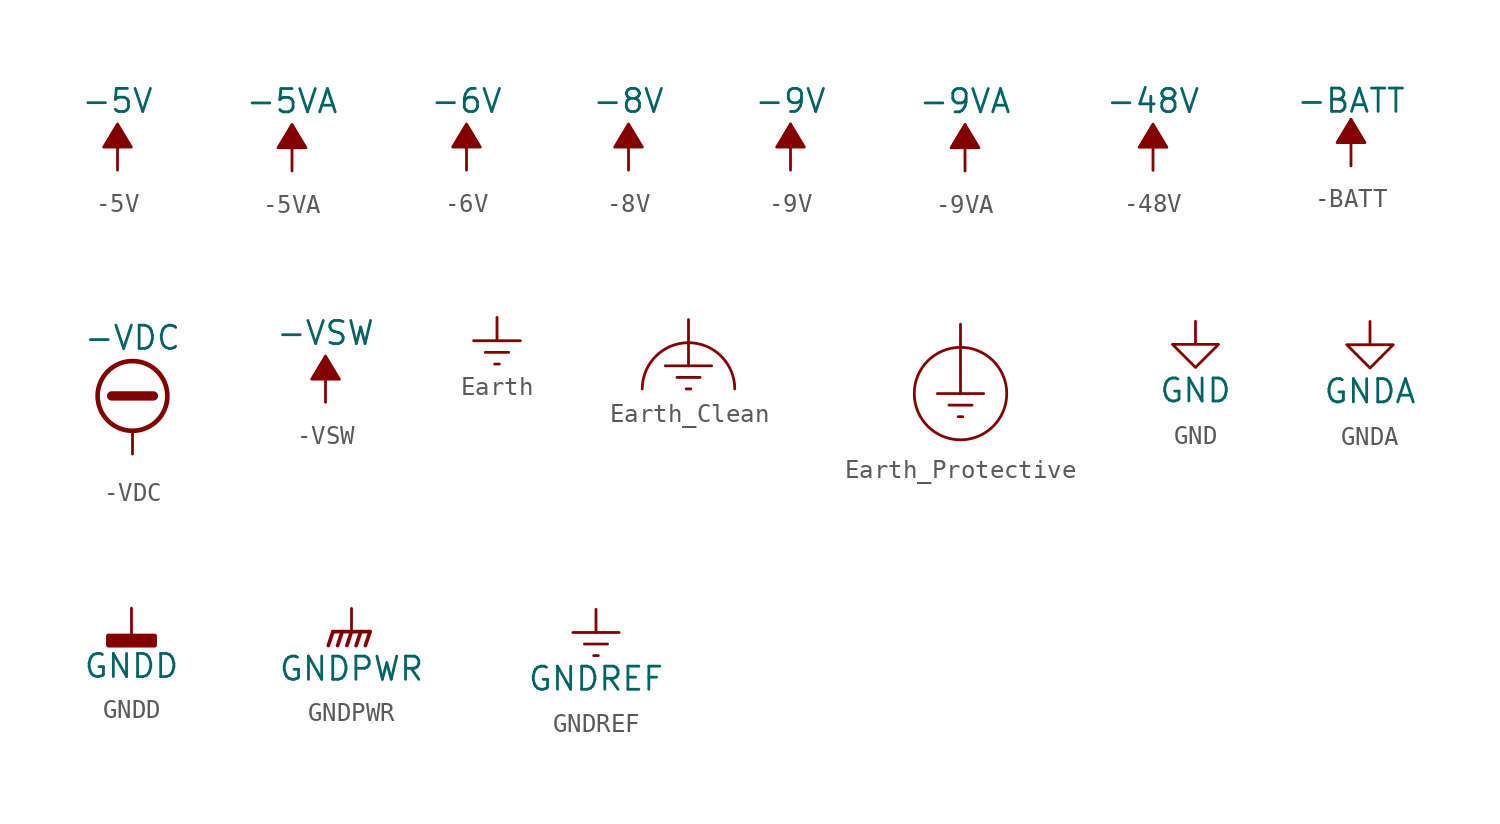
<source format=kicad_sym>
(kicad_symbol_lib
  (version 20201005)
  (generator kicad_symbol_editor)
  (symbol "-5V"
    (power)
    (pin_names
      (offset 0))
    (property "Reference" "#PWR"
      (at 0 2.54 0)
      (effects (font (size 1.27 1.27)) hide))
    (property "Value" "-5V"
      (at 0 3.81 0)
      (effects (font (size 1.27 1.27))))
    (symbol "-5V_0_0"
      (pin power_in line (at 0 0 90) (length 0) hide (name "-5V" (effects (font (size 1.27 1.27)))) (number "1" (effects (font (size 1.27 1.27))))))
    (symbol "-5V_0_1"
      (polyline (pts (xy 0 0) (xy 0 1.27) (xy 0.762 1.27) (xy 0 2.54) (xy -0.762 1.27) (xy 0 1.27)) (stroke (width 0)) (fill (type outline)))))
  (symbol "-5VA"
    (power)
    (pin_names
      (offset 0))
    (property "Reference" "#PWR"
      (at 0 2.54 0)
      (effects (font (size 1.27 1.27)) hide))
    (property "Value" "-5VA"
      (at 0 3.81 0)
      (effects (font (size 1.27 1.27))))
    (symbol "-5VA_0_0"
      (pin power_in line (at 0 0 90) (length 0) hide (name "-5VA" (effects (font (size 1.27 1.27)))) (number "1" (effects (font (size 1.27 1.27))))))
    (symbol "-5VA_0_1"
      (polyline (pts (xy 0 0) (xy 0 1.27) (xy 0.762 1.27) (xy 0 2.54) (xy -0.762 1.27) (xy 0 1.27)) (stroke (width 0)) (fill (type outline)))))
  (symbol "-6V"
    (power)
    (pin_names
      (offset 0))
    (property "Reference" "#PWR"
      (at 0 2.54 0)
      (effects (font (size 1.27 1.27)) hide))
    (property "Value" "-6V"
      (at 0 3.81 0)
      (effects (font (size 1.27 1.27))))
    (symbol "-6V_0_0"
      (pin power_in line (at 0 0 90) (length 0) hide (name "-6V" (effects (font (size 1.27 1.27)))) (number "1" (effects (font (size 1.27 1.27))))))
    (symbol "-6V_0_1"
      (polyline (pts (xy 0 0) (xy 0 1.27) (xy 0.762 1.27) (xy 0 2.54) (xy -0.762 1.27) (xy 0 1.27)) (stroke (width 0)) (fill (type outline)))))
  (symbol "-8V"
    (power)
    (pin_names
      (offset 0))
    (property "Reference" "#PWR"
      (at 0 2.54 0)
      (effects (font (size 1.27 1.27)) hide))
    (property "Value" "-8V"
      (at 0 3.81 0)
      (effects (font (size 1.27 1.27))))
    (symbol "-8V_0_0"
      (pin power_in line (at 0 0 90) (length 0) hide (name "-8V" (effects (font (size 1.27 1.27)))) (number "1" (effects (font (size 1.27 1.27))))))
    (symbol "-8V_0_1"
      (polyline (pts (xy 0 0) (xy 0 1.27) (xy 0.762 1.27) (xy 0 2.54) (xy -0.762 1.27) (xy 0 1.27)) (stroke (width 0)) (fill (type outline)))))
  (symbol "-9V"
    (power)
    (pin_names
      (offset 0))
    (property "Reference" "#PWR"
      (at 0 -3.175 0)
      (effects (font (size 1.27 1.27)) hide))
    (property "Value" "-9V"
      (at 0 3.81 0)
      (effects (font (size 1.27 1.27))))
    (symbol "-9V_0_1"
      (polyline (pts (xy 0 0) (xy 0 2.54)) (stroke (width 0)) (fill (type none)))
      (polyline (pts (xy 0.762 1.27) (xy -0.762 1.27) (xy 0 2.54) (xy 0.762 1.27)) (stroke (width 0)) (fill (type outline))))
    (symbol "-9V_1_1"
      (pin power_in line (at 0 0 90) (length 0) hide (name "-9V" (effects (font (size 1.27 1.27)))) (number "1" (effects (font (size 1.27 1.27)))))))
  (symbol "-9VA"
    (power)
    (pin_names
      (offset 0))
    (property "Reference" "#PWR"
      (at 0 -3.175 0)
      (effects (font (size 1.27 1.27)) hide))
    (property "Value" "-9VA"
      (at 0 3.81 0)
      (effects (font (size 1.27 1.27))))
    (symbol "-9VA_0_1"
      (polyline (pts (xy 0 0) (xy 0 2.54)) (stroke (width 0)) (fill (type none)))
      (polyline (pts (xy 0.762 1.27) (xy -0.762 1.27) (xy 0 2.54) (xy 0.762 1.27)) (stroke (width 0)) (fill (type outline))))
    (symbol "-9VA_1_1"
      (pin power_in line (at 0 0 90) (length 0) hide (name "-9VA" (effects (font (size 1.27 1.27)))) (number "1" (effects (font (size 1.27 1.27)))))))
  (symbol "-48V"
    (power)
    (pin_names
      (offset 0))
    (property "Reference" "#PWR"
      (at 0 2.54 0)
      (effects (font (size 1.27 1.27)) hide))
    (property "Value" "-48V"
      (at 0 3.81 0)
      (effects (font (size 1.27 1.27))))
    (symbol "-48V_0_0"
      (pin power_in line (at 0 0 90) (length 0) hide (name "-48V" (effects (font (size 1.27 1.27)))) (number "1" (effects (font (size 1.27 1.27))))))
    (symbol "-48V_0_1"
      (polyline (pts (xy 0 0) (xy 0 1.27) (xy 0.762 1.27) (xy 0 2.54) (xy -0.762 1.27) (xy 0 1.27)) (stroke (width 0)) (fill (type outline)))))
  (symbol "-BATT"
    (power)
    (pin_names
      (offset 0))
    (property "Reference" "#PWR"
      (at 0 -3.81 0)
      (effects (font (size 1.27 1.27)) hide))
    (property "Value" "-BATT"
      (at 0 3.556 0)
      (effects (font (size 1.27 1.27))))
    (symbol "-BATT_0_1"
      (polyline (pts (xy 0 0) (xy 0 2.54)) (stroke (width 0)) (fill (type none)))
      (polyline (pts (xy 0.762 1.27) (xy -0.762 1.27) (xy 0 2.54) (xy 0.762 1.27)) (stroke (width 0)) (fill (type outline))))
    (symbol "-BATT_1_1"
      (pin power_in line (at 0 0 90) (length 0) hide (name "-BATT" (effects (font (size 1.27 1.27)))) (number "1" (effects (font (size 1.27 1.27)))))))
  (symbol "-VDC"
    (power)
    (pin_names
      (offset 0))
    (property "Reference" "#PWR"
      (at 0 -2.54 0)
      (effects (font (size 1.27 1.27)) hide))
    (property "Value" "-VDC"
      (at 0 6.35 0)
      (effects (font (size 1.27 1.27))))
    (symbol "-VDC_0_1"
      (circle (center 0 3.175) (radius 1.905) (stroke (width 0.254)) (fill (type none)))
      (polyline (pts (xy -1.143 3.175) (xy 1.143 3.175)) (stroke (width 0.508)) (fill (type none)))
      (polyline (pts (xy 0 0) (xy 0 1.27)) (stroke (width 0)) (fill (type none))))
    (symbol "-VDC_1_1"
      (pin power_in line (at 0 0 90) (length 0) hide (name "-VDC" (effects (font (size 1.27 1.27)))) (number "1" (effects (font (size 1.27 1.27)))))))
  (symbol "-VSW"
    (power)
    (pin_names
      (offset 0))
    (property "Reference" "#PWR"
      (at 0 2.54 0)
      (effects (font (size 1.27 1.27)) hide))
    (property "Value" "-VSW"
      (at 0 3.81 0)
      (effects (font (size 1.27 1.27))))
    (symbol "-VSW_0_0"
      (pin power_in line (at 0 0 90) (length 0) hide (name "-VSW" (effects (font (size 1.27 1.27)))) (number "1" (effects (font (size 1.27 1.27))))))
    (symbol "-VSW_0_1"
      (polyline (pts (xy 0 0) (xy 0 1.27) (xy 0.762 1.27) (xy 0 2.54) (xy -0.762 1.27) (xy 0 1.27)) (stroke (width 0)) (fill (type outline)))))
  (symbol "Earth"
    (power)
    (pin_names
      (offset 0))
    (property "Reference" "#PWR"
      (at 0 -6.35 0)
      (effects (font (size 1.27 1.27)) hide))
    (symbol "Earth_0_1"
      (polyline (pts (xy -0.635 -1.905) (xy 0.635 -1.905)) (stroke (width 0)) (fill (type none)))
      (polyline (pts (xy -0.127 -2.54) (xy 0.127 -2.54)) (stroke (width 0)) (fill (type none)))
      (polyline (pts (xy 0 -1.27) (xy 0 0)) (stroke (width 0)) (fill (type none)))
      (polyline (pts (xy 1.27 -1.27) (xy -1.27 -1.27)) (stroke (width 0)) (fill (type none))))
    (symbol "Earth_1_1"
      (pin power_in line (at 0 0 270) (length 0) hide (name "Earth" (effects (font (size 1.27 1.27)))) (number "1" (effects (font (size 1.27 1.27)))))))
  (symbol "Earth_Clean"
    (power)
    (pin_names
      (offset 0))
    (property "Reference" "#PWR"
      (at 6.35 0 0)
      (effects (font (size 1.27 1.27)) hide))
    (symbol "Earth_Clean_0_1"
      (arc (start 2.54 -3.81) (end -2.54 -3.81) (radius (at 0 -3.81) (length 2.54) (angles 0.1 179.9)) (stroke (width 0)) (fill (type none)))
      (polyline (pts (xy -0.635 -3.175) (xy 0.635 -3.175)) (stroke (width 0)) (fill (type none)))
      (polyline (pts (xy -0.127 -3.81) (xy 0.127 -3.81)) (stroke (width 0)) (fill (type none)))
      (polyline (pts (xy 0 -2.54) (xy 0 0)) (stroke (width 0)) (fill (type none)))
      (polyline (pts (xy 1.27 -2.54) (xy -1.27 -2.54)) (stroke (width 0)) (fill (type none))))
    (symbol "Earth_Clean_1_1"
      (pin power_in line (at 0 0 270) (length 0) hide (name "Earth_Clean" (effects (font (size 1.27 1.27)))) (number "1" (effects (font (size 1.27 1.27)))))))
  (symbol "Earth_Protective"
    (power)
    (pin_names
      (offset 0))
    (property "Reference" "#PWR"
      (at 6.35 -6.35 0)
      (effects (font (size 1.27 1.27)) hide))
    (symbol "Earth_Protective_0_1"
      (circle (center 0 -3.81) (radius 2.54) (stroke (width 0)) (fill (type none)))
      (polyline (pts (xy -0.635 -4.445) (xy 0.635 -4.445)) (stroke (width 0)) (fill (type none)))
      (polyline (pts (xy -0.127 -5.08) (xy 0.127 -5.08)) (stroke (width 0)) (fill (type none)))
      (polyline (pts (xy 0 -3.81) (xy 0 0)) (stroke (width 0)) (fill (type none)))
      (polyline (pts (xy 1.27 -3.81) (xy -1.27 -3.81)) (stroke (width 0)) (fill (type none))))
    (symbol "Earth_Protective_1_1"
      (pin power_in line (at 0 0 270) (length 0) hide (name "Earth_Protective" (effects (font (size 1.27 1.27)))) (number "1" (effects (font (size 1.27 1.27)))))))
  (symbol "GND"
    (power)
    (pin_names
      (offset 0))
    (property "Reference" "#PWR"
      (at 0 -6.35 0)
      (effects (font (size 1.27 1.27)) hide))
    (property "Value" "GND"
      (at 0 -3.81 0)
      (effects (font (size 1.27 1.27))))
    (symbol "GND_0_1"
      (polyline (pts (xy 0 0) (xy 0 -1.27) (xy 1.27 -1.27) (xy 0 -2.54) (xy -1.27 -1.27) (xy 0 -1.27)) (stroke (width 0)) (fill (type none))))
    (symbol "GND_1_1"
      (pin power_in line (at 0 0 270) (length 0) hide (name "GND" (effects (font (size 1.27 1.27)))) (number "1" (effects (font (size 1.27 1.27)))))))
  (symbol "GNDA"
    (power)
    (pin_names
      (offset 0))
    (property "Reference" "#PWR"
      (at 0 -6.35 0)
      (effects (font (size 1.27 1.27)) hide))
    (property "Value" "GNDA"
      (at 0 -3.81 0)
      (effects (font (size 1.27 1.27))))
    (symbol "GNDA_0_1"
      (polyline (pts (xy 0 0) (xy 0 -1.27) (xy 1.27 -1.27) (xy 0 -2.54) (xy -1.27 -1.27) (xy 0 -1.27)) (stroke (width 0)) (fill (type none))))
    (symbol "GNDA_1_1"
      (pin power_in line (at 0 0 270) (length 0) hide (name "GNDA" (effects (font (size 1.27 1.27)))) (number "1" (effects (font (size 1.27 1.27)))))))
  (symbol "GNDD"
    (power)
    (pin_names
      (offset 0))
    (property "Reference" "#PWR"
      (at 0 -6.35 0)
      (effects (font (size 1.27 1.27)) hide))
    (property "Value" "GNDD"
      (at 0 -3.175 0)
      (effects (font (size 1.27 1.27))))
    (symbol "GNDD_0_1"
      (rectangle (start -1.27 -1.524) (end 1.27 -2.032) (stroke (width 0.254)) (fill (type outline)))
      (polyline (pts (xy 0 0) (xy 0 -1.524)) (stroke (width 0)) (fill (type none))))
    (symbol "GNDD_1_1"
      (pin power_in line (at 0 0 270) (length 0) hide (name "GNDD" (effects (font (size 1.27 1.27)))) (number "1" (effects (font (size 1.27 1.27)))))))
  (symbol "GNDPWR"
    (power)
    (pin_names
      (offset 0))
    (property "Reference" "#PWR"
      (at 0 -5.08 0)
      (effects (font (size 1.27 1.27)) hide))
    (property "Value" "GNDPWR"
      (at 0 -3.302 0)
      (effects (font (size 1.27 1.27))))
    (symbol "GNDPWR_0_1"
      (polyline (pts (xy 0 -1.27) (xy 0 0)) (stroke (width 0)) (fill (type none)))
      (polyline (pts (xy -1.016 -1.27) (xy -1.27 -2.032) (xy -1.27 -2.032)) (stroke (width 0.203)) (fill (type none)))
      (polyline (pts (xy -0.508 -1.27) (xy -0.762 -2.032) (xy -0.762 -2.032)) (stroke (width 0.203)) (fill (type none)))
      (polyline (pts (xy 0 -1.27) (xy -0.254 -2.032) (xy -0.254 -2.032)) (stroke (width 0.203)) (fill (type none)))
      (polyline (pts (xy 0.508 -1.27) (xy 0.254 -2.032) (xy 0.254 -2.032)) (stroke (width 0.203)) (fill (type none)))
      (polyline (pts (xy 1.016 -1.27) (xy -1.016 -1.27) (xy -1.016 -1.27)) (stroke (width 0.203)) (fill (type none)))
      (polyline (pts (xy 1.016 -1.27) (xy 0.762 -2.032) (xy 0.762 -2.032) (xy 0.762 -2.032)) (stroke (width 0.203)) (fill (type none))))
    (symbol "GNDPWR_1_1"
      (pin power_in line (at 0 0 270) (length 0) hide (name "GNDPWR" (effects (font (size 1.27 1.27)))) (number "1" (effects (font (size 1.27 1.27)))))))
  (symbol "GNDREF"
    (power)
    (pin_names
      (offset 0))
    (property "Reference" "#PWR"
      (at 0 -6.35 0)
      (effects (font (size 1.27 1.27)) hide))
    (property "Value" "GNDREF"
      (at 0 -3.81 0)
      (effects (font (size 1.27 1.27))))
    (symbol "GNDREF_0_1"
      (polyline (pts (xy -0.635 -1.905) (xy 0.635 -1.905)) (stroke (width 0)) (fill (type none)))
      (polyline (pts (xy -0.127 -2.54) (xy 0.127 -2.54)) (stroke (width 0)) (fill (type none)))
      (polyline (pts (xy 0 -1.27) (xy 0 0)) (stroke (width 0)) (fill (type none)))
      (polyline (pts (xy 1.27 -1.27) (xy -1.27 -1.27)) (stroke (width 0)) (fill (type none))))
    (symbol "GNDREF_1_1"
      (pin power_in line (at 0 0 270) (length 0) hide (name "GNDREF" (effects (font (size 1.27 1.27)))) (number "1" (effects (font (size 1.27 1.27))))))))
</source>
